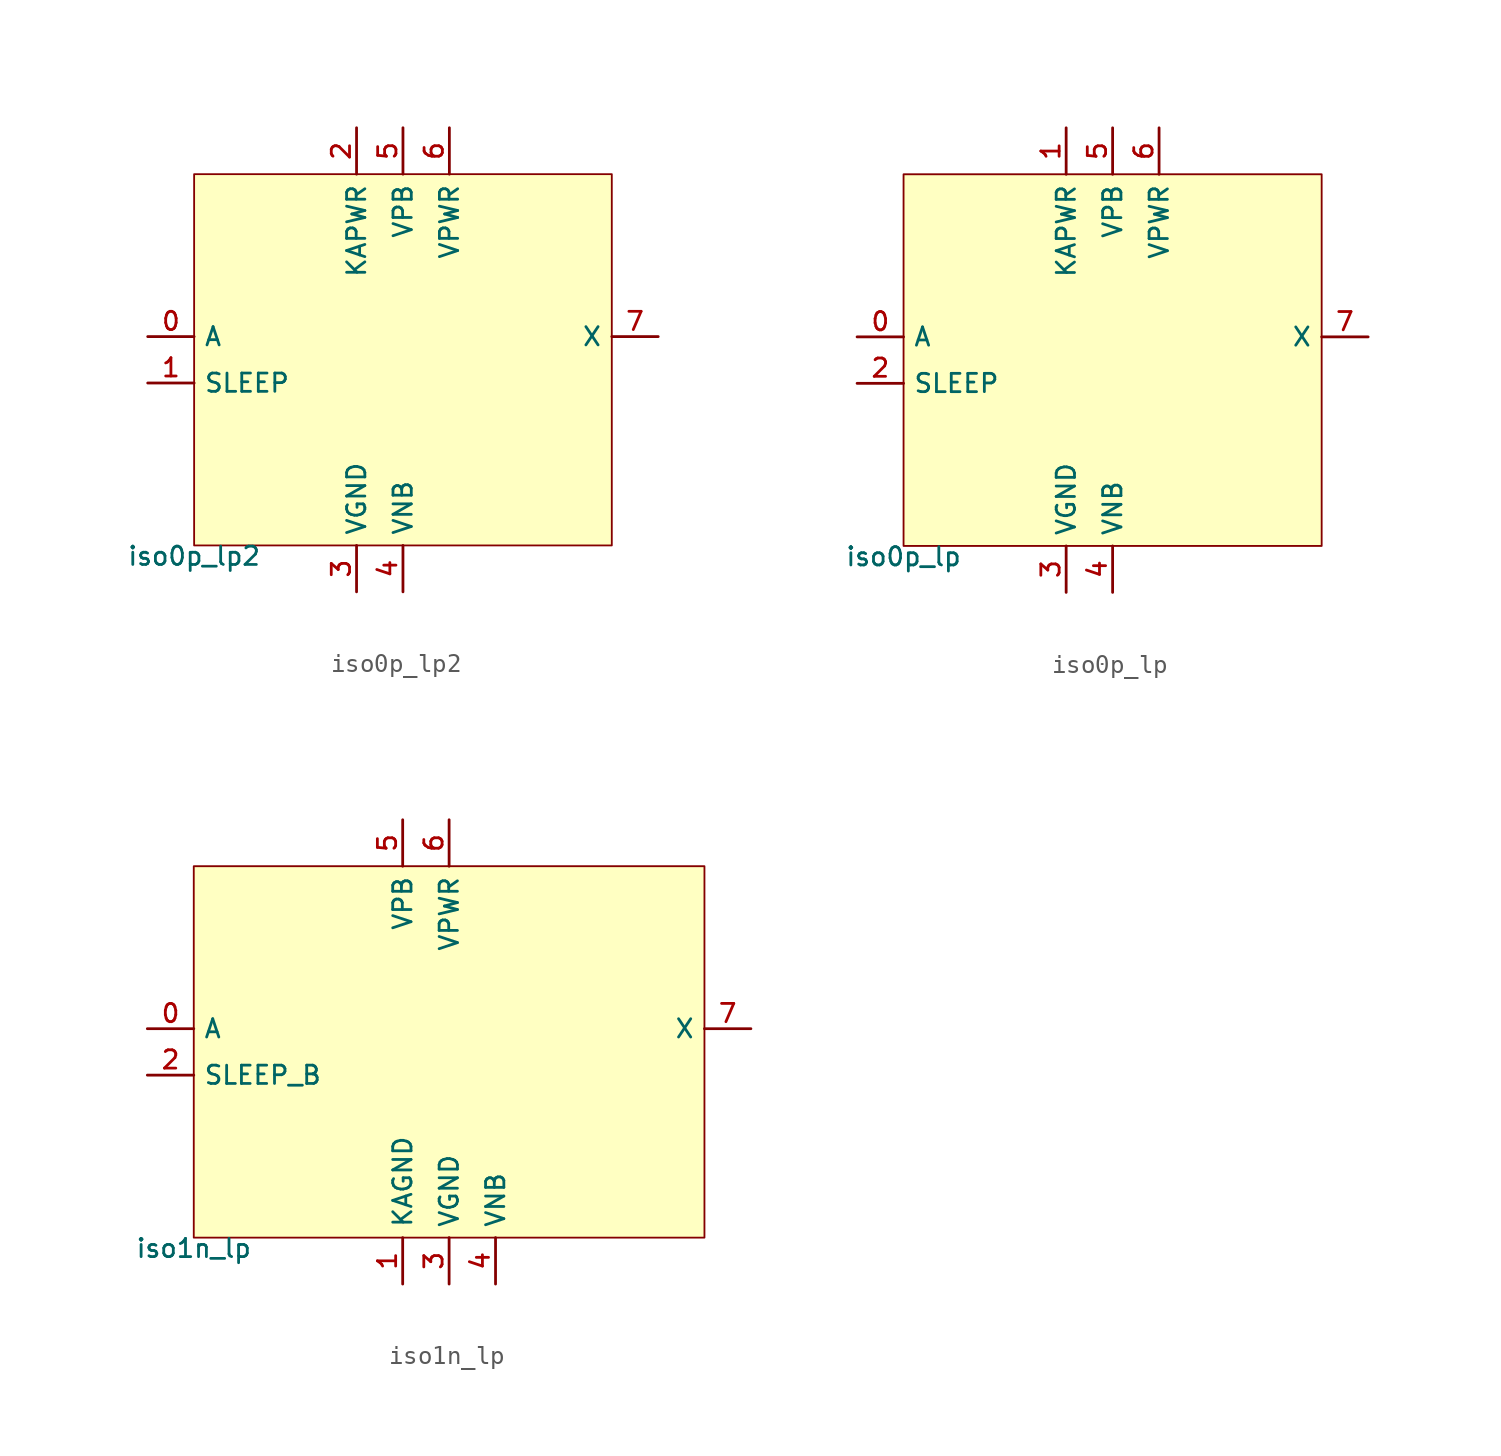
<source format=kicad_sym>
(kicad_symbol_lib
  (version 20211014)
  (generator pdk2kicad)
  (symbol "iso0p_lp2"
    (property "Reference" "X"
      (at 0 0 0)
      (effects (font (size 1 1)) hide))
    (property "Value" "iso0p_lp2"
      (at -11.43 -10.16 0)
      (effects (font (size 1 1)) (justify top)))
    (rectangle
      (start -11.43 -10.16)
      (end 11.43 10.16)
      (stroke (width 0.1) (type solid) (color 0 0 0 0))
      (fill (type background)))
    (pin input line
      (at -13.97 1.27 0)
      (length 2.54)
      (name "A" (effects (font (size 1 1)) hide))
      (number "0" (effects (font (size 1 1)) hide)))
    (pin input line
      (at -13.97 -1.27 0)
      (length 2.54)
      (name "SLEEP" (effects (font (size 1 1)) hide))
      (number "1" (effects (font (size 1 1)) hide)))
    (pin power_in line
      (at -2.54 12.7 270)
      (length 2.54)
      (name "KAPWR" (effects (font (size 1 1)) hide))
      (number "2" (effects (font (size 1 1)) hide)))
    (pin power_in line
      (at -2.54 -12.7 90)
      (length 2.54)
      (name "VGND" (effects (font (size 1 1)) hide))
      (number "3" (effects (font (size 1 1)) hide)))
    (pin power_in line
      (at 0.0 -12.7 90)
      (length 2.54)
      (name "VNB" (effects (font (size 1 1)) hide))
      (number "4" (effects (font (size 1 1)) hide)))
    (pin power_in line
      (at 0.0 12.7 270)
      (length 2.54)
      (name "VPB" (effects (font (size 1 1)) hide))
      (number "5" (effects (font (size 1 1)) hide)))
    (pin power_in line
      (at 2.54 12.7 270)
      (length 2.54)
      (name "VPWR" (effects (font (size 1 1)) hide))
      (number "6" (effects (font (size 1 1)) hide)))
    (pin output line
      (at 13.97 1.27 180)
      (length 2.54)
      (name "X" (effects (font (size 1 1)) hide))
      (number "7" (effects (font (size 1 1)) hide))))
  (symbol "iso0p_lp"
    (property "Reference" "X"
      (at 0 0 0)
      (effects (font (size 1 1)) hide))
    (property "Value" "iso0p_lp"
      (at -11.43 -10.16 0)
      (effects (font (size 1 1)) (justify top)))
    (rectangle
      (start -11.43 -10.16)
      (end 11.43 10.16)
      (stroke (width 0.1) (type solid) (color 0 0 0 0))
      (fill (type background)))
    (pin input line
      (at -13.97 1.27 0)
      (length 2.54)
      (name "A" (effects (font (size 1 1)) hide))
      (number "0" (effects (font (size 1 1)) hide)))
    (pin power_in line
      (at -2.54 12.7 270)
      (length 2.54)
      (name "KAPWR" (effects (font (size 1 1)) hide))
      (number "1" (effects (font (size 1 1)) hide)))
    (pin input line
      (at -13.97 -1.27 0)
      (length 2.54)
      (name "SLEEP" (effects (font (size 1 1)) hide))
      (number "2" (effects (font (size 1 1)) hide)))
    (pin power_in line
      (at -2.54 -12.7 90)
      (length 2.54)
      (name "VGND" (effects (font (size 1 1)) hide))
      (number "3" (effects (font (size 1 1)) hide)))
    (pin power_in line
      (at 0.0 -12.7 90)
      (length 2.54)
      (name "VNB" (effects (font (size 1 1)) hide))
      (number "4" (effects (font (size 1 1)) hide)))
    (pin power_in line
      (at 0.0 12.7 270)
      (length 2.54)
      (name "VPB" (effects (font (size 1 1)) hide))
      (number "5" (effects (font (size 1 1)) hide)))
    (pin power_in line
      (at 2.54 12.7 270)
      (length 2.54)
      (name "VPWR" (effects (font (size 1 1)) hide))
      (number "6" (effects (font (size 1 1)) hide)))
    (pin output line
      (at 13.97 1.27 180)
      (length 2.54)
      (name "X" (effects (font (size 1 1)) hide))
      (number "7" (effects (font (size 1 1)) hide))))
  (symbol "iso1n_lp"
    (property "Reference" "X"
      (at 0 0 0)
      (effects (font (size 1 1)) hide))
    (property "Value" "iso1n_lp"
      (at -13.97 -10.16 0)
      (effects (font (size 1 1)) (justify top)))
    (rectangle
      (start -13.97 -10.16)
      (end 13.97 10.16)
      (stroke (width 0.1) (type solid) (color 0 0 0 0))
      (fill (type background)))
    (pin input line
      (at -16.51 1.27 0)
      (length 2.54)
      (name "A" (effects (font (size 1 1)) hide))
      (number "0" (effects (font (size 1 1)) hide)))
    (pin power_in line
      (at -2.54 -12.7 90)
      (length 2.54)
      (name "KAGND" (effects (font (size 1 1)) hide))
      (number "1" (effects (font (size 1 1)) hide)))
    (pin input line
      (at -16.51 -1.27 0)
      (length 2.54)
      (name "SLEEP_B" (effects (font (size 1 1)) hide))
      (number "2" (effects (font (size 1 1)) hide)))
    (pin power_in line
      (at 0.0 -12.7 90)
      (length 2.54)
      (name "VGND" (effects (font (size 1 1)) hide))
      (number "3" (effects (font (size 1 1)) hide)))
    (pin power_in line
      (at 2.54 -12.7 90)
      (length 2.54)
      (name "VNB" (effects (font (size 1 1)) hide))
      (number "4" (effects (font (size 1 1)) hide)))
    (pin power_in line
      (at -2.54 12.7 270)
      (length 2.54)
      (name "VPB" (effects (font (size 1 1)) hide))
      (number "5" (effects (font (size 1 1)) hide)))
    (pin power_in line
      (at 0.0 12.7 270)
      (length 2.54)
      (name "VPWR" (effects (font (size 1 1)) hide))
      (number "6" (effects (font (size 1 1)) hide)))
    (pin output line
      (at 16.51 1.27 180)
      (length 2.54)
      (name "X" (effects (font (size 1 1)) hide))
      (number "7" (effects (font (size 1 1)) hide)))))
</source>
